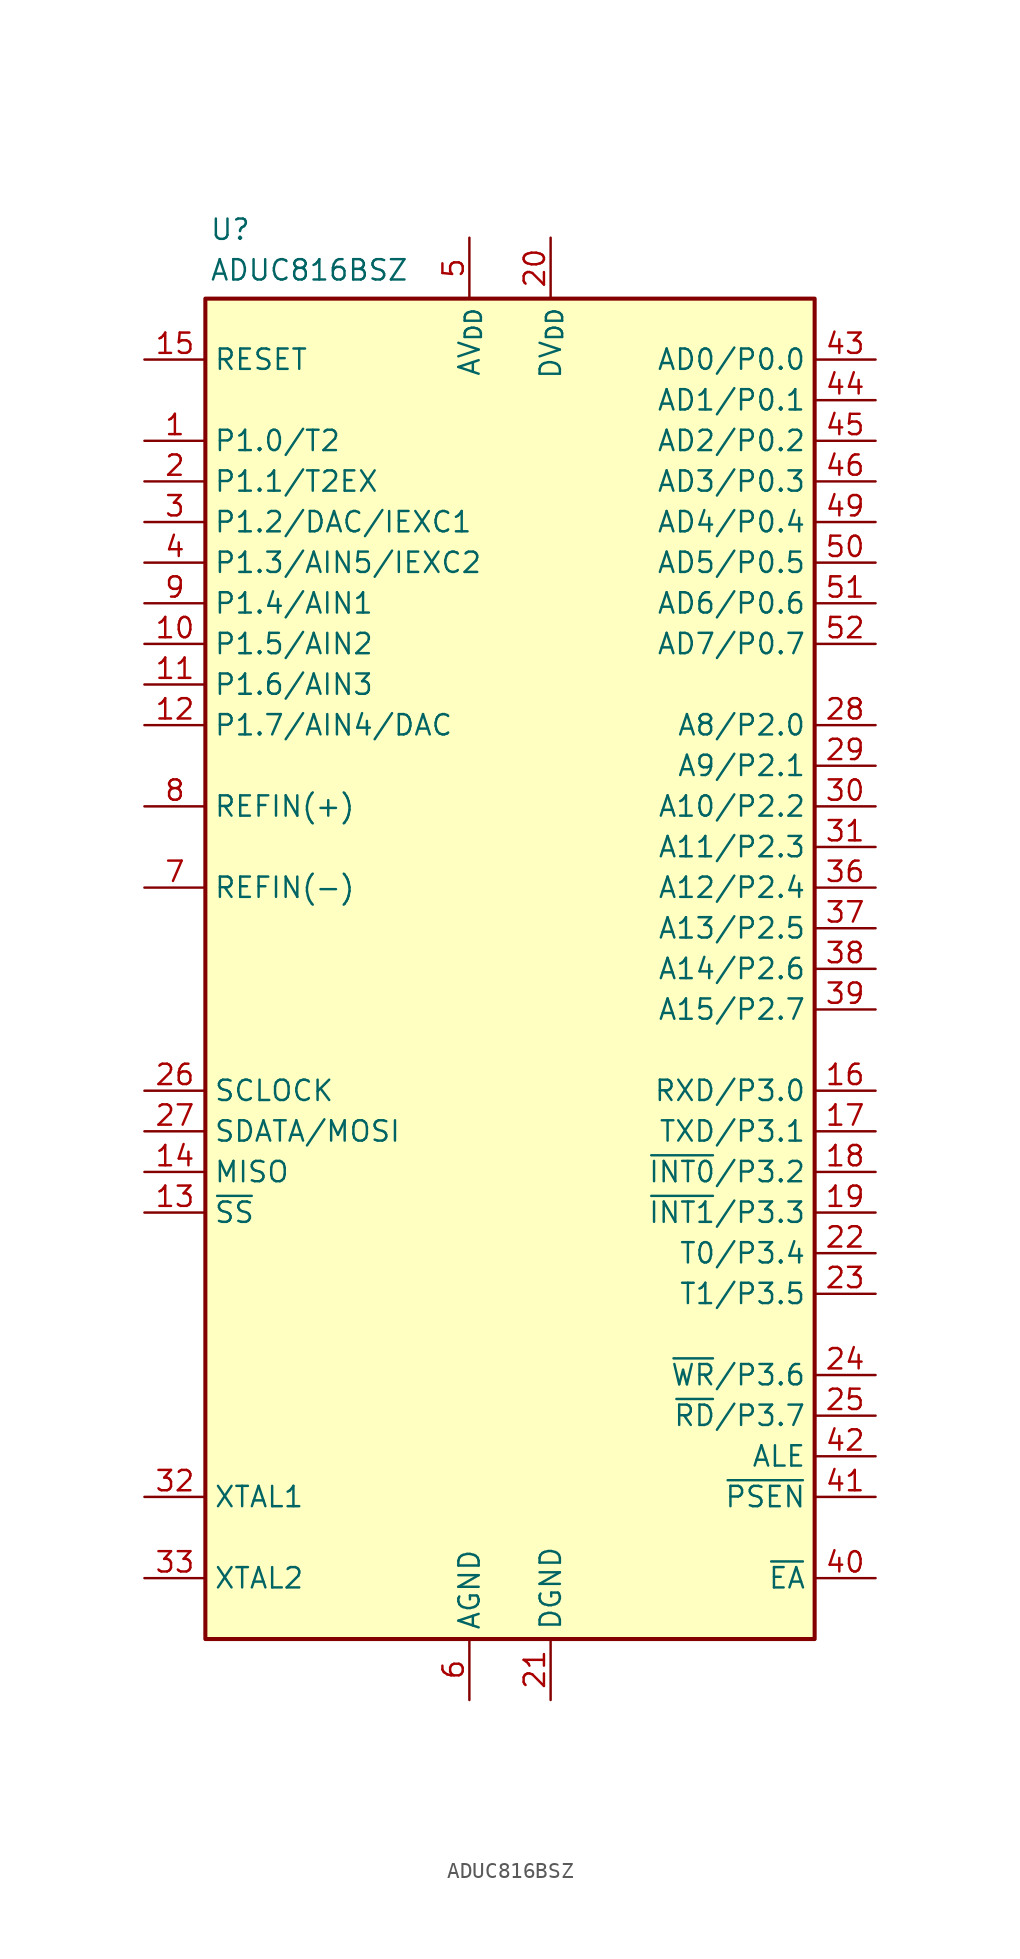
<source format=kicad_sym>
(kicad_symbol_lib
  (version 20241209)
  (generator "kicad_symbol_editor")
  (generator_version "9.0")
  (symbol "ADUC816BSZ"
    (property "Reference" "U"
      (at -18.796 46.228 0)
      (effects (font (size 1.27 1.27)) (justify left)))
    (property "Value" "ADUC816BSZ"
      (at -18.796 43.688 0)
      (effects (font (size 1.27 1.27)) (justify left)))
    (symbol "ADUC816BSZ_0_1"
      (rectangle (start -19.05 41.91) (end 19.05 -41.91) (stroke (width 0.254) (type default)) (fill (type background))))
    (symbol "ADUC816BSZ_1_1"
      (pin input line (at -22.86 38.1 0) (length 3.81) (name "RESET" (effects (font (size 1.27 1.27)))) (number "15" (effects (font (size 1.27 1.27)))))
      (pin bidirectional line (at -22.86 33.02 0) (length 3.81) (name "P1.0/T2" (effects (font (size 1.27 1.27)))) (number "1" (effects (font (size 1.27 1.27)))))
      (pin bidirectional line (at -22.86 30.48 0) (length 3.81) (name "P1.1/T2EX" (effects (font (size 1.27 1.27)))) (number "2" (effects (font (size 1.27 1.27)))))
      (pin bidirectional line (at -22.86 27.94 0) (length 3.81) (name "P1.2/DAC/IEXC1" (effects (font (size 1.27 1.27)))) (number "3" (effects (font (size 1.27 1.27)))))
      (pin bidirectional line (at -22.86 25.4 0) (length 3.81) (name "P1.3/AIN5/IEXC2" (effects (font (size 1.27 1.27)))) (number "4" (effects (font (size 1.27 1.27)))))
      (pin input line (at -22.86 22.86 0) (length 3.81) (name "P1.4/AIN1" (effects (font (size 1.27 1.27)))) (number "9" (effects (font (size 1.27 1.27)))))
      (pin input line (at -22.86 20.32 0) (length 3.81) (name "P1.5/AIN2" (effects (font (size 1.27 1.27)))) (number "10" (effects (font (size 1.27 1.27)))))
      (pin input line (at -22.86 17.78 0) (length 3.81) (name "P1.6/AIN3" (effects (font (size 1.27 1.27)))) (number "11" (effects (font (size 1.27 1.27)))))
      (pin bidirectional line (at -22.86 15.24 0) (length 3.81) (name "P1.7/AIN4/DAC" (effects (font (size 1.27 1.27)))) (number "12" (effects (font (size 1.27 1.27)))))
      (pin passive line (at -22.86 10.16 0) (length 3.81) (name "REFIN(+)" (effects (font (size 1.27 1.27)))) (number "8" (effects (font (size 1.27 1.27)))))
      (pin passive line (at -22.86 5.08 0) (length 3.81) (name "REFIN(-)" (effects (font (size 1.27 1.27)))) (number "7" (effects (font (size 1.27 1.27)))))
      (pin bidirectional line (at -22.86 -7.62 0) (length 3.81) (name "SCLOCK" (effects (font (size 1.27 1.27)))) (number "26" (effects (font (size 1.27 1.27)))))
      (pin bidirectional line (at -22.86 -10.16 0) (length 3.81) (name "SDATA/MOSI" (effects (font (size 1.27 1.27)))) (number "27" (effects (font (size 1.27 1.27)))))
      (pin input line (at -22.86 -12.7 0) (length 3.81) (name "MISO" (effects (font (size 1.27 1.27)))) (number "14" (effects (font (size 1.27 1.27)))))
      (pin input line (at -22.86 -15.24 0) (length 3.81) (name "~{SS}" (effects (font (size 1.27 1.27)))) (number "13" (effects (font (size 1.27 1.27)))))
      (pin input line (at -22.86 -33.02 0) (length 3.81) (name "XTAL1" (effects (font (size 1.27 1.27)))) (number "32" (effects (font (size 1.27 1.27)))))
      (pin output line (at -22.86 -38.1 0) (length 3.81) (name "XTAL2" (effects (font (size 1.27 1.27)))) (number "33" (effects (font (size 1.27 1.27)))))
      (pin power_in line (at -2.54 45.72 270) (length 3.81) (name "AV_{DD}" (effects (font (size 1.27 1.27)))) (number "5" (effects (font (size 1.27 1.27)))))
      (pin power_in line (at -2.54 -45.72 90) (length 3.81) (name "AGND" (effects (font (size 1.27 1.27)))) (number "6" (effects (font (size 1.27 1.27)))))
      (pin power_in line (at 2.54 45.72 270) (length 3.81) (name "DV_{DD}" (effects (font (size 1.27 1.27)))) (number "20" (effects (font (size 1.27 1.27)))))
      (pin passive line (at 2.54 45.72 270) (length 3.81) (hide yes) (name "DV_{DD}" (effects (font (size 1.27 1.27)))) (number "34" (effects (font (size 1.27 1.27)))))
      (pin passive line (at 2.54 45.72 270) (length 3.81) (hide yes) (name "DV_{DD}" (effects (font (size 1.27 1.27)))) (number "48" (effects (font (size 1.27 1.27)))))
      (pin power_in line (at 2.54 -45.72 90) (length 3.81) (name "DGND" (effects (font (size 1.27 1.27)))) (number "21" (effects (font (size 1.27 1.27)))))
      (pin passive line (at 2.54 -45.72 90) (length 3.81) (hide yes) (name "DGND" (effects (font (size 1.27 1.27)))) (number "35" (effects (font (size 1.27 1.27)))))
      (pin passive line (at 2.54 -45.72 90) (length 3.81) (hide yes) (name "DGND" (effects (font (size 1.27 1.27)))) (number "47" (effects (font (size 1.27 1.27)))))
      (pin bidirectional line (at 22.86 38.1 180) (length 3.81) (name "AD0/P0.0" (effects (font (size 1.27 1.27)))) (number "43" (effects (font (size 1.27 1.27)))))
      (pin bidirectional line (at 22.86 35.56 180) (length 3.81) (name "AD1/P0.1" (effects (font (size 1.27 1.27)))) (number "44" (effects (font (size 1.27 1.27)))))
      (pin bidirectional line (at 22.86 33.02 180) (length 3.81) (name "AD2/P0.2" (effects (font (size 1.27 1.27)))) (number "45" (effects (font (size 1.27 1.27)))))
      (pin bidirectional line (at 22.86 30.48 180) (length 3.81) (name "AD3/P0.3" (effects (font (size 1.27 1.27)))) (number "46" (effects (font (size 1.27 1.27)))))
      (pin bidirectional line (at 22.86 27.94 180) (length 3.81) (name "AD4/P0.4" (effects (font (size 1.27 1.27)))) (number "49" (effects (font (size 1.27 1.27)))))
      (pin bidirectional line (at 22.86 25.4 180) (length 3.81) (name "AD5/P0.5" (effects (font (size 1.27 1.27)))) (number "50" (effects (font (size 1.27 1.27)))))
      (pin bidirectional line (at 22.86 22.86 180) (length 3.81) (name "AD6/P0.6" (effects (font (size 1.27 1.27)))) (number "51" (effects (font (size 1.27 1.27)))))
      (pin bidirectional line (at 22.86 20.32 180) (length 3.81) (name "AD7/P0.7" (effects (font (size 1.27 1.27)))) (number "52" (effects (font (size 1.27 1.27)))))
      (pin bidirectional line (at 22.86 15.24 180) (length 3.81) (name "A8/P2.0" (effects (font (size 1.27 1.27)))) (number "28" (effects (font (size 1.27 1.27)))))
      (pin bidirectional line (at 22.86 12.7 180) (length 3.81) (name "A9/P2.1" (effects (font (size 1.27 1.27)))) (number "29" (effects (font (size 1.27 1.27)))))
      (pin bidirectional line (at 22.86 10.16 180) (length 3.81) (name "A10/P2.2" (effects (font (size 1.27 1.27)))) (number "30" (effects (font (size 1.27 1.27)))))
      (pin bidirectional line (at 22.86 7.62 180) (length 3.81) (name "A11/P2.3" (effects (font (size 1.27 1.27)))) (number "31" (effects (font (size 1.27 1.27)))))
      (pin bidirectional line (at 22.86 5.08 180) (length 3.81) (name "A12/P2.4" (effects (font (size 1.27 1.27)))) (number "36" (effects (font (size 1.27 1.27)))))
      (pin bidirectional line (at 22.86 2.54 180) (length 3.81) (name "A13/P2.5" (effects (font (size 1.27 1.27)))) (number "37" (effects (font (size 1.27 1.27)))))
      (pin bidirectional line (at 22.86 0 180) (length 3.81) (name "A14/P2.6" (effects (font (size 1.27 1.27)))) (number "38" (effects (font (size 1.27 1.27)))))
      (pin bidirectional line (at 22.86 -2.54 180) (length 3.81) (name "A15/P2.7" (effects (font (size 1.27 1.27)))) (number "39" (effects (font (size 1.27 1.27)))))
      (pin bidirectional line (at 22.86 -7.62 180) (length 3.81) (name "RXD/P3.0" (effects (font (size 1.27 1.27)))) (number "16" (effects (font (size 1.27 1.27)))))
      (pin bidirectional line (at 22.86 -10.16 180) (length 3.81) (name "TXD/P3.1" (effects (font (size 1.27 1.27)))) (number "17" (effects (font (size 1.27 1.27)))))
      (pin bidirectional line (at 22.86 -12.7 180) (length 3.81) (name "~{INT0}/P3.2" (effects (font (size 1.27 1.27)))) (number "18" (effects (font (size 1.27 1.27)))))
      (pin bidirectional line (at 22.86 -15.24 180) (length 3.81) (name "~{INT1}/P3.3" (effects (font (size 1.27 1.27)))) (number "19" (effects (font (size 1.27 1.27)))))
      (pin bidirectional line (at 22.86 -17.78 180) (length 3.81) (name "T0/P3.4" (effects (font (size 1.27 1.27)))) (number "22" (effects (font (size 1.27 1.27)))))
      (pin bidirectional line (at 22.86 -20.32 180) (length 3.81) (name "T1/P3.5" (effects (font (size 1.27 1.27)))) (number "23" (effects (font (size 1.27 1.27)))))
      (pin bidirectional line (at 22.86 -25.4 180) (length 3.81) (name "~{WR}/P3.6" (effects (font (size 1.27 1.27)))) (number "24" (effects (font (size 1.27 1.27)))))
      (pin bidirectional line (at 22.86 -27.94 180) (length 3.81) (name "~{RD}/P3.7" (effects (font (size 1.27 1.27)))) (number "25" (effects (font (size 1.27 1.27)))))
      (pin output line (at 22.86 -30.48 180) (length 3.81) (name "ALE" (effects (font (size 1.27 1.27)))) (number "42" (effects (font (size 1.27 1.27)))))
      (pin output line (at 22.86 -33.02 180) (length 3.81) (name "~{PSEN}" (effects (font (size 1.27 1.27)))) (number "41" (effects (font (size 1.27 1.27)))))
      (pin bidirectional line (at 22.86 -38.1 180) (length 3.81) (name "~{EA}" (effects (font (size 1.27 1.27)))) (number "40" (effects (font (size 1.27 1.27))))))))
</source>
